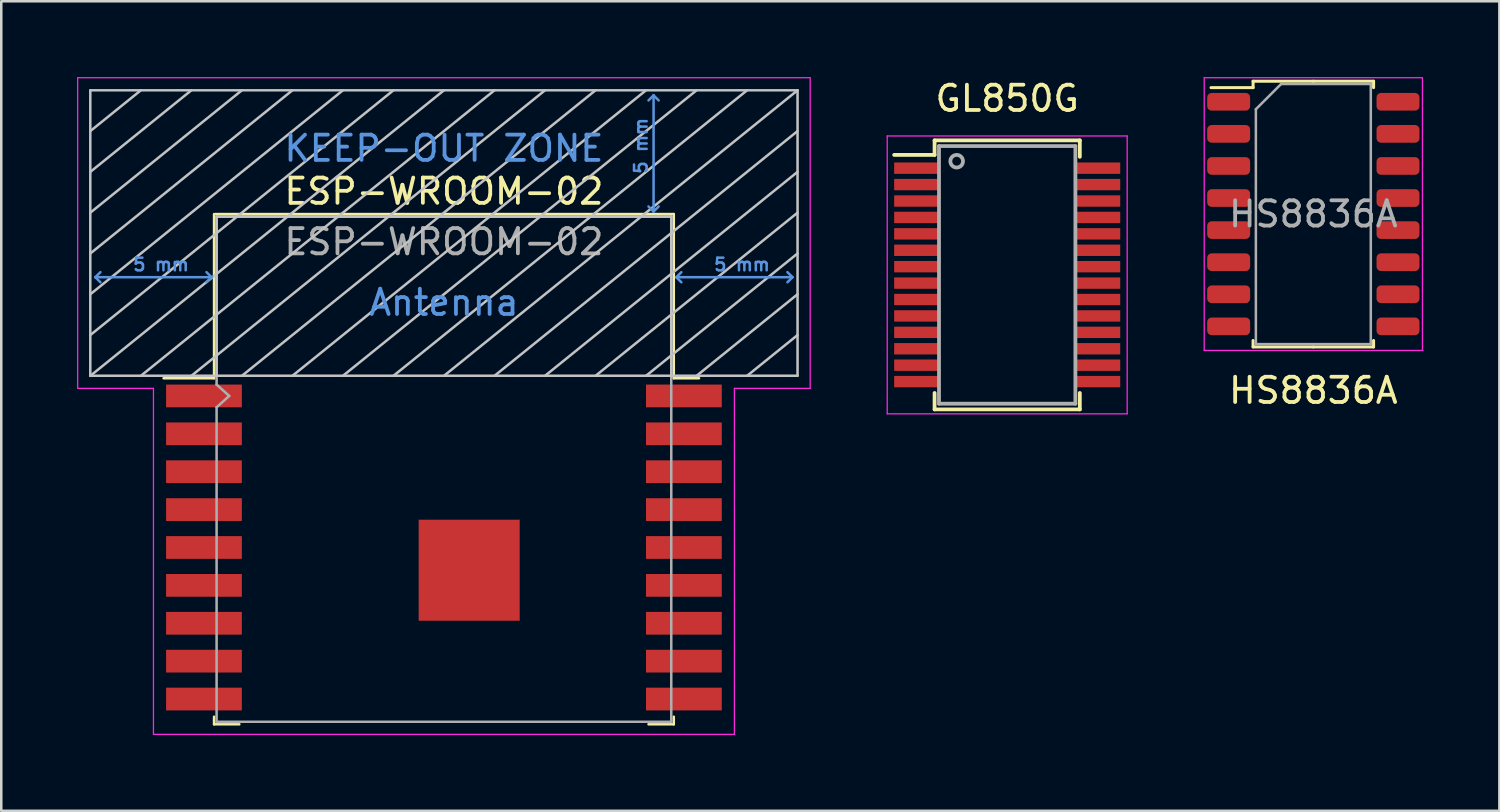
<source format=kicad_pcb>
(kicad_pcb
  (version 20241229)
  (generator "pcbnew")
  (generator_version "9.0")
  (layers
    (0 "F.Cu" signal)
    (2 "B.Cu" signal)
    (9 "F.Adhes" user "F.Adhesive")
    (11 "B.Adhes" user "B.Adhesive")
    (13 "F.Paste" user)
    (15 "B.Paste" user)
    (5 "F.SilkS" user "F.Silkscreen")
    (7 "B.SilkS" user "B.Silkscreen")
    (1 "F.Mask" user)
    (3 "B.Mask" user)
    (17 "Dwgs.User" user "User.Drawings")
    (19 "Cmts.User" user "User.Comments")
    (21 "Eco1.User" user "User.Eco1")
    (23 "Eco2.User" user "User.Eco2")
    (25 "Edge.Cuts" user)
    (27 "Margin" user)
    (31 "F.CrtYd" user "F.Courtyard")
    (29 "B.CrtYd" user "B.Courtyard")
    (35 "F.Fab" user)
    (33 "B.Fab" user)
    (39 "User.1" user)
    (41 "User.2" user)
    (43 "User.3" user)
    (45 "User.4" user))
  (footprint "HS8836A"
    (layer "F.Cu")
    (at 48.945 5.425)
    (property "Reference" "HS8836A" (at 0 6.985 0) (layer "F.SilkS") (effects (font (size 1 1) (thickness 0.15))))
    (attr through_hole)
    (fp_line (start -2.385 -5.26) (end -2.385 -5.005) (stroke (width 0.12) (type solid)) (layer "F.SilkS"))
    (fp_line (start -2.385 -5.005) (end -4.05 -5.005) (stroke (width 0.12) (type solid)) (layer "F.SilkS"))
    (fp_line (start -2.385 5.26) (end -2.385 5.005) (stroke (width 0.12) (type solid)) (layer "F.SilkS"))
    (fp_line (start 0 -5.26) (end -2.385 -5.26) (stroke (width 0.12) (type solid)) (layer "F.SilkS"))
    (fp_line (start 0 -5.26) (end 2.385 -5.26) (stroke (width 0.12) (type solid)) (layer "F.SilkS"))
    (fp_line (start 0 5.26) (end -2.385 5.26) (stroke (width 0.12) (type solid)) (layer "F.SilkS"))
    (fp_line (start 0 5.26) (end 2.385 5.26) (stroke (width 0.12) (type solid)) (layer "F.SilkS"))
    (fp_line (start 2.385 -5.26) (end 2.385 -5.005) (stroke (width 0.12) (type solid)) (layer "F.SilkS"))
    (fp_line (start 2.385 5.26) (end 2.385 5.005) (stroke (width 0.12) (type solid)) (layer "F.SilkS"))
    (fp_line (start -4.32 -5.4) (end -4.32 5.4) (stroke (width 0.05) (type solid)) (layer "F.CrtYd"))
    (fp_line (start -4.32 5.4) (end 4.34 5.4) (stroke (width 0.05) (type solid)) (layer "F.CrtYd"))
    (fp_line (start 4.32 -5.4) (end -4.32 -5.4) (stroke (width 0.05) (type solid)) (layer "F.CrtYd"))
    (fp_line (start 4.32 -5.4) (end 4.32 5.4) (stroke (width 0.05) (type solid)) (layer "F.CrtYd"))
    (fp_line (start -2.275 -4.15) (end -1.275 -5.15) (stroke (width 0.1) (type solid)) (layer "F.Fab"))
    (fp_line (start -2.275 5.15) (end -2.275 -4.15) (stroke (width 0.1) (type solid)) (layer "F.Fab"))
    (fp_line (start -1.275 -5.15) (end 2.275 -5.15) (stroke (width 0.1) (type solid)) (layer "F.Fab"))
    (fp_line (start 2.275 -5.15) (end 2.275 5.15) (stroke (width 0.1) (type solid)) (layer "F.Fab"))
    (fp_line (start 2.275 5.15) (end -2.275 5.15) (stroke (width 0.1) (type solid)) (layer "F.Fab"))
    (fp_text user "${REFERENCE}" (at 0 0 0) (layer "F.Fab") (effects (font (size 1 1) (thickness 0.15))))
    (pad "1" smd roundrect (at -3.352 -4.445) (size 1.7 0.7) (layers "F.Cu" "F.Mask" "F.Paste") (roundrect_rratio 0.25))
    (pad "2" smd roundrect (at -3.352 -3.175) (size 1.7 0.7) (layers "F.Cu" "F.Mask" "F.Paste") (roundrect_rratio 0.25))
    (pad "3" smd roundrect (at -3.352 -1.905) (size 1.7 0.7) (layers "F.Cu" "F.Mask" "F.Paste") (roundrect_rratio 0.25))
    (pad "4" smd roundrect (at -3.352 -0.635) (size 1.7 0.7) (layers "F.Cu" "F.Mask" "F.Paste") (roundrect_rratio 0.25))
    (pad "5" smd roundrect (at -3.352 0.635) (size 1.7 0.7) (layers "F.Cu" "F.Mask" "F.Paste") (roundrect_rratio 0.25))
    (pad "6" smd roundrect (at -3.352 1.905) (size 1.7 0.7) (layers "F.Cu" "F.Mask" "F.Paste") (roundrect_rratio 0.25))
    (pad "7" smd roundrect (at -3.352 3.175) (size 1.7 0.7) (layers "F.Cu" "F.Mask" "F.Paste") (roundrect_rratio 0.25))
    (pad "8" smd roundrect (at -3.352 4.445) (size 1.7 0.7) (layers "F.Cu" "F.Mask" "F.Paste") (roundrect_rratio 0.25))
    (pad "9" smd roundrect (at 3.352 4.445) (size 1.7 0.7) (layers "F.Cu" "F.Mask" "F.Paste") (roundrect_rratio 0.25))
    (pad "10" smd roundrect (at 3.352 3.175) (size 1.7 0.7) (layers "F.Cu" "F.Mask" "F.Paste") (roundrect_rratio 0.25))
    (pad "11" smd roundrect (at 3.352 1.905) (size 1.7 0.7) (layers "F.Cu" "F.Mask" "F.Paste") (roundrect_rratio 0.25))
    (pad "12" smd roundrect (at 3.352 0.635) (size 1.7 0.7) (layers "F.Cu" "F.Mask" "F.Paste") (roundrect_rratio 0.25))
    (pad "13" smd roundrect (at 3.352 -0.635) (size 1.7 0.7) (layers "F.Cu" "F.Mask" "F.Paste") (roundrect_rratio 0.25))
    (pad "14" smd roundrect (at 3.352 -1.905) (size 1.7 0.7) (layers "F.Cu" "F.Mask" "F.Paste") (roundrect_rratio 0.25))
    (pad "15" smd roundrect (at 3.352 -3.175) (size 1.7 0.7) (layers "F.Cu" "F.Mask" "F.Paste") (roundrect_rratio 0.25))
    (pad "16" smd roundrect (at 3.352 -4.445) (size 1.7 0.7) (layers "F.Cu" "F.Mask" "F.Paste") (roundrect_rratio 0.25)))
  (footprint "GL850G"
    (layer "F.Cu")
    (at 36.825 8.468)
    (property "Reference" "GL850G" (at 0 -7.62 0) (layer "F.SilkS") (effects (font (size 1 1) (thickness 0.15))))
    (attr through_hole)
    (fp_line (start -2.875 -5.96) (end -2.875 -5.385) (stroke (width 0.15) (type solid)) (layer "F.SilkS"))
    (fp_line (start -2.875 -5.96) (end 2.875 -5.96) (stroke (width 0.15) (type solid)) (layer "F.SilkS"))
    (fp_line (start -2.875 -5.385) (end -4.475 -5.385) (stroke (width 0.15) (type solid)) (layer "F.SilkS"))
    (fp_line (start -2.875 4.69) (end -2.875 4.04) (stroke (width 0.15) (type solid)) (layer "F.SilkS"))
    (fp_line (start -2.875 4.69) (end 2.875 4.69) (stroke (width 0.15) (type solid)) (layer "F.SilkS"))
    (fp_line (start 2.875 -5.96) (end 2.875 -5.31) (stroke (width 0.15) (type solid)) (layer "F.SilkS"))
    (fp_line (start 2.875 4.69) (end 2.875 4.04) (stroke (width 0.15) (type solid)) (layer "F.SilkS"))
    (fp_line (start -4.75 -6.135) (end -4.75 4.865) (stroke (width 0.05) (type solid)) (layer "F.CrtYd"))
    (fp_line (start -4.75 -6.135) (end 4.75 -6.135) (stroke (width 0.05) (type solid)) (layer "F.CrtYd"))
    (fp_line (start -4.75 4.865) (end 4.75 4.865) (stroke (width 0.05) (type solid)) (layer "F.CrtYd"))
    (fp_line (start 4.75 -6.135) (end 4.75 4.865) (stroke (width 0.05) (type solid)) (layer "F.CrtYd"))
    (fp_line (start -2.7 -5.735) (end 2.7 -5.735) (stroke (width 0.15) (type solid)) (layer "F.Fab"))
    (fp_line (start -2.7 4.465) (end -2.7 -5.735) (stroke (width 0.15) (type solid)) (layer "F.Fab"))
    (fp_line (start 2.7 -5.735) (end 2.7 4.465) (stroke (width 0.15) (type solid)) (layer "F.Fab"))
    (fp_line (start 2.7 4.465) (end -2.7 4.465) (stroke (width 0.15) (type solid)) (layer "F.Fab"))
    (fp_circle (center -2 -5.135) (end -2.25 -5.135) (stroke (width 0.15) (type solid)) (fill no) (layer "F.Fab"))
    (pad "1" smd rect (at -3.6 -4.86) (size 1.75 0.45) (layers "F.Cu" "F.Mask" "F.Paste"))
    (pad "2" smd rect (at -3.6 -4.21) (size 1.75 0.45) (layers "F.Cu" "F.Mask" "F.Paste"))
    (pad "3" smd rect (at -3.6 -3.56) (size 1.75 0.45) (layers "F.Cu" "F.Mask" "F.Paste"))
    (pad "4" smd rect (at -3.6 -2.91) (size 1.75 0.45) (layers "F.Cu" "F.Mask" "F.Paste"))
    (pad "5" smd rect (at -3.6 -2.26) (size 1.75 0.45) (layers "F.Cu" "F.Mask" "F.Paste"))
    (pad "6" smd rect (at -3.6 -1.61) (size 1.75 0.45) (layers "F.Cu" "F.Mask" "F.Paste"))
    (pad "7" smd rect (at -3.6 -0.96) (size 1.75 0.45) (layers "F.Cu" "F.Mask" "F.Paste"))
    (pad "8" smd rect (at -3.6 -0.31) (size 1.75 0.45) (layers "F.Cu" "F.Mask" "F.Paste"))
    (pad "9" smd rect (at -3.6 0.34) (size 1.75 0.45) (layers "F.Cu" "F.Mask" "F.Paste"))
    (pad "10" smd rect (at -3.6 0.99) (size 1.75 0.45) (layers "F.Cu" "F.Mask" "F.Paste"))
    (pad "11" smd rect (at -3.6 1.64) (size 1.75 0.45) (layers "F.Cu" "F.Mask" "F.Paste"))
    (pad "12" smd rect (at -3.6 2.29) (size 1.75 0.45) (layers "F.Cu" "F.Mask" "F.Paste"))
    (pad "13" smd rect (at -3.6 2.94) (size 1.75 0.45) (layers "F.Cu" "F.Mask" "F.Paste"))
    (pad "14" smd rect (at -3.6 3.59) (size 1.75 0.45) (layers "F.Cu" "F.Mask" "F.Paste"))
    (pad "15" smd rect (at 3.6 3.59) (size 1.75 0.45) (layers "F.Cu" "F.Mask" "F.Paste"))
    (pad "16" smd rect (at 3.6 2.94) (size 1.75 0.45) (layers "F.Cu" "F.Mask" "F.Paste"))
    (pad "17" smd rect (at 3.6 2.29) (size 1.75 0.45) (layers "F.Cu" "F.Mask" "F.Paste"))
    (pad "18" smd rect (at 3.6 1.64) (size 1.75 0.45) (layers "F.Cu" "F.Mask" "F.Paste"))
    (pad "19" smd rect (at 3.6 0.99) (size 1.75 0.45) (layers "F.Cu" "F.Mask" "F.Paste"))
    (pad "20" smd rect (at 3.6 0.34) (size 1.75 0.45) (layers "F.Cu" "F.Mask" "F.Paste"))
    (pad "21" smd rect (at 3.6 -0.31) (size 1.75 0.45) (layers "F.Cu" "F.Mask" "F.Paste"))
    (pad "22" smd rect (at 3.6 -0.96) (size 1.75 0.45) (layers "F.Cu" "F.Mask" "F.Paste"))
    (pad "23" smd rect (at 3.6 -1.61) (size 1.75 0.45) (layers "F.Cu" "F.Mask" "F.Paste"))
    (pad "24" smd rect (at 3.6 -2.26) (size 1.75 0.45) (layers "F.Cu" "F.Mask" "F.Paste"))
    (pad "25" smd rect (at 3.6 -2.91) (size 1.75 0.45) (layers "F.Cu" "F.Mask" "F.Paste"))
    (pad "26" smd rect (at 3.6 -3.56) (size 1.75 0.45) (layers "F.Cu" "F.Mask" "F.Paste"))
    (pad "27" smd rect (at 3.6 -4.21) (size 1.75 0.45) (layers "F.Cu" "F.Mask" "F.Paste"))
    (pad "28" smd rect (at 3.6 -4.86) (size 1.75 0.45) (layers "F.Cu" "F.Mask" "F.Paste")))
  (footprint "ESP-WROOM-02"
    (layer "F.Cu")
    (at 14.525 18.625)
    (property "Reference" "ESP-WROOM-02" (at 0 -14.1 0) (layer "F.SilkS") (effects (font (size 1 1) (thickness 0.15))))
    (attr smd)
    (fp_line (start -9.1 -13.2) (end -9.1 -6.7) (stroke (width 0.1) (type solid)) (layer "F.SilkS"))
    (fp_line (start -9.1 -6.7) (end -11.1 -6.7) (stroke (width 0.1) (type solid)) (layer "F.SilkS"))
    (fp_line (start -9.1 6.7) (end -9.1 7) (stroke (width 0.1) (type solid)) (layer "F.SilkS"))
    (fp_line (start -9.1 7) (end -8.1 7) (stroke (width 0.1) (type solid)) (layer "F.SilkS"))
    (fp_line (start -9.05 -13.2) (end 9.1 -13.2) (stroke (width 0.1) (type solid)) (layer "F.SilkS"))
    (fp_line (start 8.1 7) (end 9.1 7) (stroke (width 0.1) (type solid)) (layer "F.SilkS"))
    (fp_line (start 9.1 -13.2) (end 9.1 -6.7) (stroke (width 0.1) (type solid)) (layer "F.SilkS"))
    (fp_line (start 9.1 6.7) (end 9.1 7) (stroke (width 0.1) (type solid)) (layer "F.SilkS"))
    (fp_line (start 10.1 -6.7) (end 9.1 -6.7) (stroke (width 0.1) (type solid)) (layer "F.SilkS"))
    (fp_line (start -14 -6.8) (end -14 -18.1) (stroke (width 0.1) (type solid)) (layer "Dwgs.User"))
    (fp_line (start -12 -18.1) (end -14 -16.485) (stroke (width 0.1) (type solid)) (layer "Dwgs.User"))
    (fp_line (start -10 -18.1) (end -14 -14.87) (stroke (width 0.1) (type solid)) (layer "Dwgs.User"))
    (fp_line (start -9 -13.1) (end 9 -13.1) (stroke (width 0.1) (type solid)) (layer "Dwgs.User"))
    (fp_line (start -9 -6.8) (end -9 -13.1) (stroke (width 0.1) (type solid)) (layer "Dwgs.User"))
    (fp_line (start -8 -18.1) (end -14 -13.255) (stroke (width 0.1) (type solid)) (layer "Dwgs.User"))
    (fp_line (start -8 -6.795) (end 6 -18.1) (stroke (width 0.1) (type solid)) (layer "Dwgs.User"))
    (fp_line (start -6 -18.1) (end -14 -11.64) (stroke (width 0.1) (type solid)) (layer "Dwgs.User"))
    (fp_line (start -4 -18.1) (end -14 -10.025) (stroke (width 0.1) (type solid)) (layer "Dwgs.User"))
    (fp_line (start -2 -18.1) (end -14 -8.41) (stroke (width 0.1) (type solid)) (layer "Dwgs.User"))
    (fp_line (start 0 -18.1) (end -14 -6.795) (stroke (width 0.1) (type solid)) (layer "Dwgs.User"))
    (fp_line (start 2 -18.1) (end -12 -6.795) (stroke (width 0.1) (type solid)) (layer "Dwgs.User"))
    (fp_line (start 4 -18.1) (end -10 -6.795) (stroke (width 0.1) (type solid)) (layer "Dwgs.User"))
    (fp_line (start 8 -18.1) (end -6 -6.795) (stroke (width 0.1) (type solid)) (layer "Dwgs.User"))
    (fp_line (start 9 -13.1) (end 9 -6.78) (stroke (width 0.1) (type solid)) (layer "Dwgs.User"))
    (fp_line (start 10 -18.1) (end -4 -6.795) (stroke (width 0.1) (type solid)) (layer "Dwgs.User"))
    (fp_line (start 12 -18.1) (end -2 -6.795) (stroke (width 0.1) (type solid)) (layer "Dwgs.User"))
    (fp_line (start 14 -18.1) (end -14 -18.1) (stroke (width 0.1) (type solid)) (layer "Dwgs.User"))
    (fp_line (start 14 -18.1) (end 0 -6.795) (stroke (width 0.1) (type solid)) (layer "Dwgs.User"))
    (fp_line (start 14 -16.485) (end 2 -6.795) (stroke (width 0.1) (type solid)) (layer "Dwgs.User"))
    (fp_line (start 14 -14.87) (end 4 -6.795) (stroke (width 0.1) (type solid)) (layer "Dwgs.User"))
    (fp_line (start 14 -13.255) (end 6 -6.795) (stroke (width 0.1) (type solid)) (layer "Dwgs.User"))
    (fp_line (start 14 -11.64) (end 8 -6.795) (stroke (width 0.1) (type solid)) (layer "Dwgs.User"))
    (fp_line (start 14 -10.025) (end 10 -6.795) (stroke (width 0.1) (type solid)) (layer "Dwgs.User"))
    (fp_line (start 14 -8.41) (end 12 -6.795) (stroke (width 0.1) (type solid)) (layer "Dwgs.User"))
    (fp_line (start 14 -6.8) (end -14 -6.8) (stroke (width 0.1) (type solid)) (layer "Dwgs.User"))
    (fp_line (start 14 -6.8) (end 14 -18.1) (stroke (width 0.1) (type solid)) (layer "Dwgs.User"))
    (fp_line (start -13.8 -10.7) (end -13.6 -10.9) (stroke (width 0.1) (type solid)) (layer "Cmts.User"))
    (fp_line (start -13.8 -10.7) (end -13.6 -10.5) (stroke (width 0.1) (type solid)) (layer "Cmts.User"))
    (fp_line (start -13.8 -10.7) (end -9.2 -10.7) (stroke (width 0.1) (type solid)) (layer "Cmts.User"))
    (fp_line (start -9.2 -10.7) (end -9.4 -10.9) (stroke (width 0.1) (type solid)) (layer "Cmts.User"))
    (fp_line (start -9.2 -10.7) (end -9.4 -10.5) (stroke (width 0.1) (type solid)) (layer "Cmts.User"))
    (fp_line (start 8.3 -17.9) (end 8.1 -17.7) (stroke (width 0.1) (type solid)) (layer "Cmts.User"))
    (fp_line (start 8.3 -17.9) (end 8.5 -17.7) (stroke (width 0.1) (type solid)) (layer "Cmts.User"))
    (fp_line (start 8.3 -13.3) (end 8.1 -13.5) (stroke (width 0.1) (type solid)) (layer "Cmts.User"))
    (fp_line (start 8.3 -13.3) (end 8.3 -17.9) (stroke (width 0.1) (type solid)) (layer "Cmts.User"))
    (fp_line (start 8.3 -13.3) (end 8.5 -13.5) (stroke (width 0.1) (type solid)) (layer "Cmts.User"))
    (fp_line (start 9.2 -10.7) (end 9.4 -10.9) (stroke (width 0.1) (type solid)) (layer "Cmts.User"))
    (fp_line (start 9.2 -10.7) (end 9.4 -10.5) (stroke (width 0.1) (type solid)) (layer "Cmts.User"))
    (fp_line (start 9.2 -10.7) (end 13.8 -10.7) (stroke (width 0.1) (type solid)) (layer "Cmts.User"))
    (fp_line (start 13.8 -10.7) (end 13.6 -10.9) (stroke (width 0.1) (type solid)) (layer "Cmts.User"))
    (fp_line (start 13.8 -10.7) (end 13.6 -10.5) (stroke (width 0.1) (type solid)) (layer "Cmts.User"))
    (fp_line (start -14.5 -18.6) (end -14.5 -6.3) (stroke (width 0.05) (type solid)) (layer "F.CrtYd"))
    (fp_line (start -14.5 -18.6) (end 14.5 -18.6) (stroke (width 0.05) (type solid)) (layer "F.CrtYd"))
    (fp_line (start -14.5 -6.3) (end -11.5 -6.3) (stroke (width 0.05) (type solid)) (layer "F.CrtYd"))
    (fp_line (start -11.5 7.4) (end -11.5 -6.3) (stroke (width 0.05) (type solid)) (layer "F.CrtYd"))
    (fp_line (start -11.5 7.4) (end 11.5 7.4) (stroke (width 0.05) (type solid)) (layer "F.CrtYd"))
    (fp_line (start 11.5 -6.3) (end 11.5 7.4) (stroke (width 0.05) (type solid)) (layer "F.CrtYd"))
    (fp_line (start 11.5 -6.3) (end 14.5 -6.3) (stroke (width 0.05) (type solid)) (layer "F.CrtYd"))
    (fp_line (start 14.5 -18.6) (end 14.5 -6.3) (stroke (width 0.05) (type solid)) (layer "F.CrtYd"))
    (fp_line (start -9 -13.1) (end -9 -6.45) (stroke (width 0.1) (type solid)) (layer "F.Fab"))
    (fp_line (start -9 -13.1) (end 9 -13.1) (stroke (width 0.1) (type solid)) (layer "F.Fab"))
    (fp_line (start -9 -6.45) (end -8.5 -6) (stroke (width 0.1) (type solid)) (layer "F.Fab"))
    (fp_line (start -9 -5.55) (end -9 6.9) (stroke (width 0.1) (type solid)) (layer "F.Fab"))
    (fp_line (start -9 6.9) (end 9 6.9) (stroke (width 0.1) (type solid)) (layer "F.Fab"))
    (fp_line (start -8.5 -6) (end -9 -5.55) (stroke (width 0.1) (type solid)) (layer "F.Fab"))
    (fp_line (start 9 6.9) (end 9 -13.1) (stroke (width 0.1) (type solid)) (layer "F.Fab"))
    (fp_text user "5 mm" (at 11.8 -11.2 0) (layer "Cmts.User") (effects (font (size 0.5 0.5) (thickness 0.1))))
    (fp_text user "5 mm" (at -11.2 -11.2 0) (layer "Cmts.User") (effects (font (size 0.5 0.5) (thickness 0.1))))
    (fp_text user "KEEP-OUT ZONE" (at 0 -15.8 0) (layer "Cmts.User") (effects (font (size 1 1) (thickness 0.15))))
    (fp_text user "5 mm" (at 7.8 -15.9 90) (layer "Cmts.User") (effects (font (size 0.5 0.5) (thickness 0.1))))
    (fp_text user "Antenna" (at 0 -9.7 0) (layer "Cmts.User") (effects (font (size 1 1) (thickness 0.15))))
    (fp_text user "${REFERENCE}" (at 0 -12.1 0) (layer "F.Fab") (effects (font (size 1 1) (thickness 0.15))))
    (pad "1" smd rect (at -9 -6) (size 3 0.9) (drill (offset -0.5 0)) (layers "F.Cu" "F.Mask" "F.Paste"))
    (pad "2" smd rect (at -9 -4.5) (size 3 0.9) (drill (offset -0.5 0)) (layers "F.Cu" "F.Mask" "F.Paste"))
    (pad "3" smd rect (at -9 -3) (size 3 0.9) (drill (offset -0.5 0)) (layers "F.Cu" "F.Mask" "F.Paste"))
    (pad "4" smd rect (at -9 -1.5) (size 3 0.9) (drill (offset -0.5 0)) (layers "F.Cu" "F.Mask" "F.Paste"))
    (pad "5" smd rect (at -9 0) (size 3 0.9) (drill (offset -0.5 0)) (layers "F.Cu" "F.Mask" "F.Paste"))
    (pad "6" smd rect (at -9 1.5) (size 3 0.9) (drill (offset -0.5 0)) (layers "F.Cu" "F.Mask" "F.Paste"))
    (pad "7" smd rect (at -9 3) (size 3 0.9) (drill (offset -0.5 0)) (layers "F.Cu" "F.Mask" "F.Paste"))
    (pad "8" smd rect (at -9 4.5) (size 3 0.9) (drill (offset -0.5 0)) (layers "F.Cu" "F.Mask" "F.Paste"))
    (pad "9" smd rect (at -9 6) (size 3 0.9) (drill (offset -0.5 0)) (layers "F.Cu" "F.Mask" "F.Paste"))
    (pad "10" smd rect (at 9 6) (size 3 0.9) (drill (offset 0.5 0)) (layers "F.Cu" "F.Mask" "F.Paste"))
    (pad "11" smd rect (at 9 4.5) (size 3 0.9) (drill (offset 0.5 0)) (layers "F.Cu" "F.Mask" "F.Paste"))
    (pad "12" smd rect (at 9 3) (size 3 0.9) (drill (offset 0.5 0)) (layers "F.Cu" "F.Mask" "F.Paste"))
    (pad "13" smd rect (at 9 1.5) (size 3 0.9) (drill (offset 0.5 0)) (layers "F.Cu" "F.Mask" "F.Paste"))
    (pad "14" smd rect (at 9 0) (size 3 0.9) (drill (offset 0.5 0)) (layers "F.Cu" "F.Mask" "F.Paste"))
    (pad "15" smd rect (at 9 -1.5) (size 3 0.9) (drill (offset 0.5 0)) (layers "F.Cu" "F.Mask" "F.Paste"))
    (pad "16" smd rect (at 9 -3) (size 3 0.9) (drill (offset 0.5 0)) (layers "F.Cu" "F.Mask" "F.Paste"))
    (pad "17" smd rect (at 9 -4.5) (size 3 0.9) (drill (offset 0.5 0)) (layers "F.Cu" "F.Mask" "F.Paste"))
    (pad "18" smd rect (at 9 -6) (size 3 0.9) (drill (offset 0.5 0)) (layers "F.Cu" "F.Mask" "F.Paste"))
    (pad "19" smd rect (at 1 0.9) (size 4 4) (layers "F.Cu" "F.Mask" "F.Paste")))
  (gr_rect
    (start -3 -3)
    (end 56.31 29.05)
    (stroke (width 0.1) (type default))
    (fill no)
    (layer "Edge.Cuts")))
</source>
